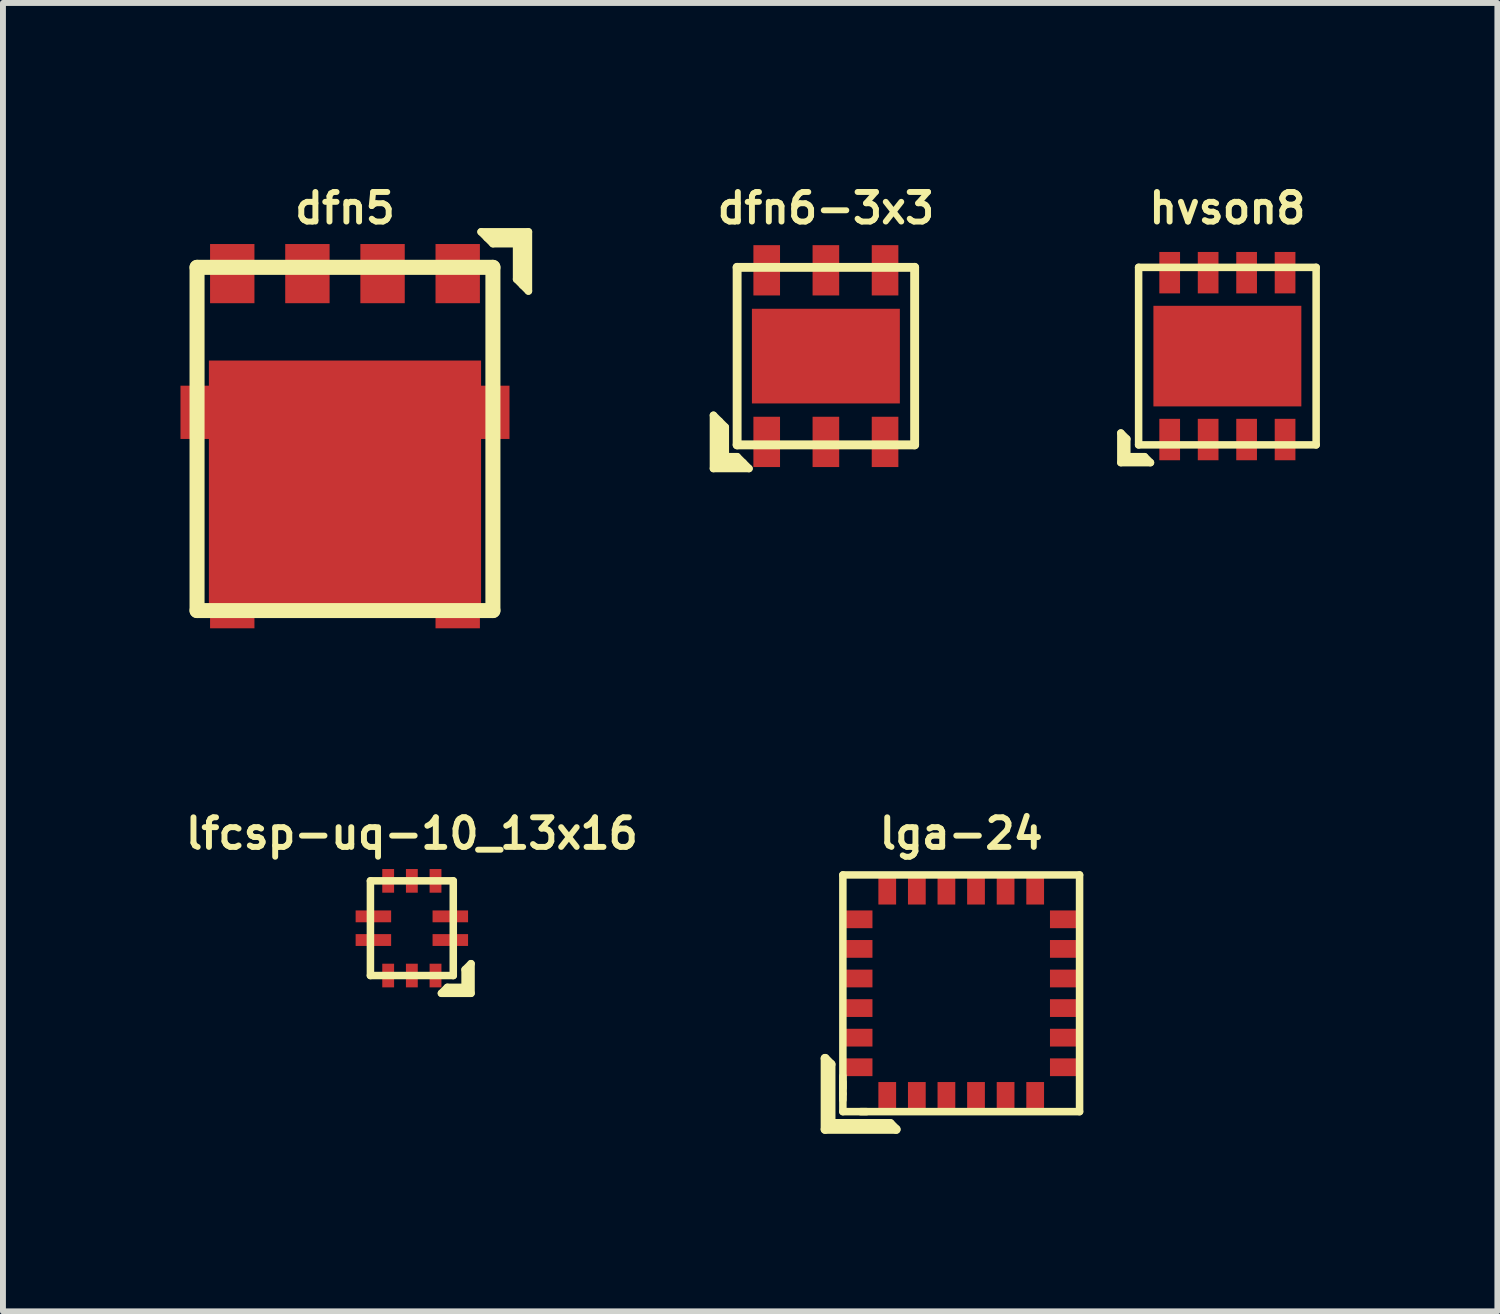
<source format=kicad_pcb>
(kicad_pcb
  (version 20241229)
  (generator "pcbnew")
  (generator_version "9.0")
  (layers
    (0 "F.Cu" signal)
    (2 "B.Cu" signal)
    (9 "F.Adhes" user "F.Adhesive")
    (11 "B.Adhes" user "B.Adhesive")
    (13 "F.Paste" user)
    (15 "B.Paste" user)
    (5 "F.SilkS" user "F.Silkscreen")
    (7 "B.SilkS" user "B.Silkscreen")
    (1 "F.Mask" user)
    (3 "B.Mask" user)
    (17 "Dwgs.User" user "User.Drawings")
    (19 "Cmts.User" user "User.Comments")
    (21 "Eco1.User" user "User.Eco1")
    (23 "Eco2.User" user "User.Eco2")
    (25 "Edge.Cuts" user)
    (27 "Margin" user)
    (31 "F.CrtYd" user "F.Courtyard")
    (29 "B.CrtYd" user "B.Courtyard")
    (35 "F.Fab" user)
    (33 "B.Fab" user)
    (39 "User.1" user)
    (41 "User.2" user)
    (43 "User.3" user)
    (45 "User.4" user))
  (footprint "dfn6-3x3"
    (layer "F.Cu")
    (at 10.907 2.968)
    (property "Reference" "dfn6-3x3" (at 0 -2.5 0) (layer "F.SilkS") (effects (font (size 0.5 0.5) (thickness 0.1))))
    (attr through_hole)
    (fp_line (start -1.9 1) (end -1.9 1.9) (stroke (width 0.127) (type solid)) (layer "F.SilkS"))
    (fp_line (start -1.8 1.8) (end -1.8 1.1) (stroke (width 0.127) (type solid)) (layer "F.SilkS"))
    (fp_line (start -1.7 1.2) (end -1.9 1) (stroke (width 0.127) (type solid)) (layer "F.SilkS"))
    (fp_line (start -1.7 1.7) (end -1.7 1.2) (stroke (width 0.127) (type solid)) (layer "F.SilkS"))
    (fp_line (start -1.7 1.7) (end -1.5 1.7) (stroke (width 0.127) (type solid)) (layer "F.SilkS"))
    (fp_line (start -1.5 -1.5) (end 1.5 -1.5) (stroke (width 0.15) (type solid)) (layer "F.SilkS"))
    (fp_line (start -1.5 1.5) (end -1.5 -1.5) (stroke (width 0.15) (type solid)) (layer "F.SilkS"))
    (fp_line (start -1.5 1.5) (end 1.5 1.5) (stroke (width 0.15) (type solid)) (layer "F.SilkS"))
    (fp_line (start -1.5 1.7) (end -1.3 1.9) (stroke (width 0.127) (type solid)) (layer "F.SilkS"))
    (fp_line (start -1.4 1.8) (end -1.8 1.8) (stroke (width 0.127) (type solid)) (layer "F.SilkS"))
    (fp_line (start -1.3 1.9) (end -1.9 1.9) (stroke (width 0.127) (type solid)) (layer "F.SilkS"))
    (fp_line (start 1.5 -1.5) (end 1.5 1.5) (stroke (width 0.15) (type solid)) (layer "F.SilkS"))
    (pad "1" smd rect (at -1 1.45) (size 0.45 0.85) (layers "F.Cu" "F.Mask" "F.Paste"))
    (pad "2" smd rect (at 0 1.45) (size 0.45 0.85) (layers "F.Cu" "F.Mask" "F.Paste"))
    (pad "3" smd rect (at 1 1.45) (size 0.45 0.85) (layers "F.Cu" "F.Mask" "F.Paste"))
    (pad "4" smd rect (at 1 -1.45) (size 0.45 0.85) (layers "F.Cu" "F.Mask" "F.Paste"))
    (pad "5" smd rect (at 0 -1.45) (size 0.45 0.85) (layers "F.Cu" "F.Mask" "F.Paste"))
    (pad "6" smd rect (at -1 -1.45) (size 0.45 0.85) (layers "F.Cu" "F.Mask" "F.Paste"))
    (pad "7" smd rect (at 0 0) (size 2.5 1.6) (layers "F.Cu" "F.Mask" "F.Paste")))
  (footprint "lfcsp-uq-10_13x16"
    (layer "F.Cu")
    (at 3.91 12.636)
    (property "Reference" "lfcsp-uq-10_13x16" (at 0 -1.6 0) (layer "F.SilkS") (effects (font (size 0.5 0.5) (thickness 0.1))))
    (attr through_hole)
    (fp_line (start -0.7 -0.8) (end -0.7 0.8) (stroke (width 0.127) (type solid)) (layer "F.SilkS"))
    (fp_line (start -0.7 0.8) (end 0.7 0.8) (stroke (width 0.127) (type solid)) (layer "F.SilkS"))
    (fp_line (start 0.5 1.1) (end 1 1.1) (stroke (width 0.127) (type solid)) (layer "F.SilkS"))
    (fp_line (start 0.6 1) (end 0.5 1.1) (stroke (width 0.127) (type solid)) (layer "F.SilkS"))
    (fp_line (start 0.6 1) (end 0.9 1) (stroke (width 0.127) (type solid)) (layer "F.SilkS"))
    (fp_line (start 0.7 -0.8) (end -0.7 -0.8) (stroke (width 0.127) (type solid)) (layer "F.SilkS"))
    (fp_line (start 0.7 0.8) (end 0.7 -0.8) (stroke (width 0.127) (type solid)) (layer "F.SilkS"))
    (fp_line (start 0.9 1) (end 0.9 0.7) (stroke (width 0.127) (type solid)) (layer "F.SilkS"))
    (fp_line (start 1 0.6) (end 0.9 0.7) (stroke (width 0.127) (type solid)) (layer "F.SilkS"))
    (fp_line (start 1 1.1) (end 1 0.6) (stroke (width 0.127) (type solid)) (layer "F.SilkS"))
    (pad "1" smd rect (at 0.4 0.8) (size 0.2 0.4) (layers "F.Cu" "F.Mask" "F.Paste"))
    (pad "2" smd rect (at 0.65 0.2) (size 0.6 0.2) (layers "F.Cu" "F.Mask" "F.Paste"))
    (pad "3" smd rect (at 0.65 -0.2) (size 0.6 0.2) (layers "F.Cu" "F.Mask" "F.Paste"))
    (pad "4" smd rect (at 0.4 -0.8) (size 0.2 0.4) (layers "F.Cu" "F.Mask" "F.Paste"))
    (pad "5" smd rect (at 0 -0.8) (size 0.2 0.4) (layers "F.Cu" "F.Mask" "F.Paste"))
    (pad "6" smd rect (at -0.4 -0.8) (size 0.2 0.4) (layers "F.Cu" "F.Mask" "F.Paste"))
    (pad "7" smd rect (at -0.65 -0.2) (size 0.6 0.2) (layers "F.Cu" "F.Mask" "F.Paste"))
    (pad "8" smd rect (at -0.65 0.2) (size 0.6 0.2) (layers "F.Cu" "F.Mask" "F.Paste"))
    (pad "9" smd rect (at -0.4 0.8) (size 0.2 0.4) (layers "F.Cu" "F.Mask" "F.Paste"))
    (pad "10" smd rect (at 0 0.8) (size 0.2 0.4) (layers "F.Cu" "F.Mask" "F.Paste")))
  (footprint "dfn5"
    (layer "F.Cu")
    (at 2.78 4.368)
    (property "Reference" "dfn5" (at 0 -3.9 0) (layer "F.SilkS") (effects (font (size 0.5 0.5) (thickness 0.1))))
    (attr through_hole)
    (fp_line (start -2.5 -2.9) (end 2.5 -2.9) (stroke (width 0.254) (type solid)) (layer "F.SilkS"))
    (fp_line (start -2.5 2.9) (end -2.5 -2.9) (stroke (width 0.254) (type solid)) (layer "F.SilkS"))
    (fp_line (start 2.3 -3.5) (end 3.1 -3.5) (stroke (width 0.127) (type solid)) (layer "F.SilkS"))
    (fp_line (start 2.5 -3.3) (end 2.3 -3.5) (stroke (width 0.127) (type solid)) (layer "F.SilkS"))
    (fp_line (start 2.5 -2.9) (end 2.5 2.9) (stroke (width 0.254) (type solid)) (layer "F.SilkS"))
    (fp_line (start 2.5 2.9) (end -2.5 2.9) (stroke (width 0.254) (type solid)) (layer "F.SilkS"))
    (fp_line (start 2.9 -3.3) (end 2.5 -3.3) (stroke (width 0.127) (type solid)) (layer "F.SilkS"))
    (fp_line (start 2.9 -3.3) (end 2.9 -2.7) (stroke (width 0.127) (type solid)) (layer "F.SilkS"))
    (fp_line (start 2.9 -2.7) (end 3.1 -2.5) (stroke (width 0.127) (type solid)) (layer "F.SilkS"))
    (fp_line (start 3 -3.4) (end 2.4 -3.4) (stroke (width 0.127) (type solid)) (layer "F.SilkS"))
    (fp_line (start 3 -2.6) (end 3 -3.4) (stroke (width 0.127) (type solid)) (layer "F.SilkS"))
    (fp_line (start 3.1 -3.5) (end 3.1 -2.5) (stroke (width 0.127) (type solid)) (layer "F.SilkS"))
    (pad "" smd rect (at -1.5 2.4) (size 0.6 0.9) (layers "F.Paste"))
    (pad "" smd rect (at -1.125 -0.95) (size 0.9 0.6) (layers "F.Paste"))
    (pad "" smd rect (at -1.125 -0.15) (size 0.9 0.6) (layers "F.Paste"))
    (pad "" smd rect (at -1.125 0.65) (size 0.9 0.6) (layers "F.Paste"))
    (pad "" smd rect (at -1.125 1.45) (size 0.9 0.6) (layers "F.Paste"))
    (pad "" smd rect (at -0.5 2.4) (size 0.6 0.9) (layers "F.Paste"))
    (pad "" smd rect (at 0 -0.95) (size 0.9 0.6) (layers "F.Paste"))
    (pad "" smd rect (at 0 -0.15) (size 0.9 0.6) (layers "F.Paste"))
    (pad "" smd rect (at 0 0.65) (size 0.9 0.6) (layers "F.Paste"))
    (pad "" smd rect (at 0 1.45) (size 0.9 0.6) (layers "F.Paste"))
    (pad "" smd rect (at 0.5 2.4) (size 0.6 0.9) (layers "F.Paste"))
    (pad "" smd rect (at 1.125 -0.95) (size 0.9 0.6) (layers "F.Paste"))
    (pad "" smd rect (at 1.125 -0.15) (size 0.9 0.6) (layers "F.Paste"))
    (pad "" smd rect (at 1.125 0.65) (size 0.9 0.6) (layers "F.Paste"))
    (pad "" smd rect (at 1.125 1.45) (size 0.9 0.6) (layers "F.Paste"))
    (pad "" smd rect (at 1.5 2.4) (size 0.6 0.9) (layers "F.Paste"))
    (pad "1" smd rect (at 1.905 -2.794) (size 0.75 1) (layers "F.Cu" "F.Mask" "F.Paste"))
    (pad "2" smd rect (at 0.635 -2.794) (size 0.75 1) (layers "F.Cu" "F.Mask" "F.Paste"))
    (pad "3" smd rect (at -0.635 -2.794) (size 0.75 1) (layers "F.Cu" "F.Mask" "F.Paste"))
    (pad "4" smd rect (at -1.905 -2.794) (size 0.75 1) (layers "F.Cu" "F.Mask" "F.Paste"))
    (pad "5" smd rect (at -2.53 -0.45) (size 0.5 0.9) (layers "F.Cu" "F.Mask"))
    (pad "5" smd rect (at -1.905 2.96) (size 0.75 0.48) (layers "F.Cu" "F.Mask"))
    (pad "5" smd rect (at 0 0.805) (size 4.6 4.26) (layers "F.Cu" "F.Mask"))
    (pad "5" smd rect (at 1.905 2.96) (size 0.75 0.48) (layers "F.Cu" "F.Mask"))
    (pad "5" smd rect (at 2.53 -0.45) (size 0.5 0.9) (layers "F.Cu" "F.Mask")))
  (footprint "hvson8"
    (layer "F.Cu")
    (at 17.692 2.968)
    (property "Reference" "hvson8" (at 0 -2.5 0) (layer "F.SilkS") (effects (font (size 0.5 0.5) (thickness 0.1))))
    (attr through_hole)
    (fp_line (start -1.8 1.3) (end -1.7 1.4) (stroke (width 0.127) (type solid)) (layer "F.SilkS"))
    (fp_line (start -1.8 1.8) (end -1.8 1.3) (stroke (width 0.127) (type solid)) (layer "F.SilkS"))
    (fp_line (start -1.7 1.4) (end -1.7 1.7) (stroke (width 0.127) (type solid)) (layer "F.SilkS"))
    (fp_line (start -1.7 1.7) (end -1.4 1.7) (stroke (width 0.127) (type solid)) (layer "F.SilkS"))
    (fp_line (start -1.5 -1.5) (end 1.5 -1.5) (stroke (width 0.127) (type solid)) (layer "F.SilkS"))
    (fp_line (start -1.5 1.5) (end -1.5 -1.5) (stroke (width 0.127) (type solid)) (layer "F.SilkS"))
    (fp_line (start -1.4 1.7) (end -1.3 1.8) (stroke (width 0.127) (type solid)) (layer "F.SilkS"))
    (fp_line (start -1.3 1.8) (end -1.8 1.8) (stroke (width 0.127) (type solid)) (layer "F.SilkS"))
    (fp_line (start 1.5 -1.5) (end 1.5 1.5) (stroke (width 0.127) (type solid)) (layer "F.SilkS"))
    (fp_line (start 1.5 1.5) (end -1.5 1.5) (stroke (width 0.127) (type solid)) (layer "F.SilkS"))
    (pad "1" smd rect (at -0.975 1.41) (size 0.35 0.7) (layers "F.Cu" "F.Mask" "F.Paste"))
    (pad "2" smd rect (at -0.325 1.41) (size 0.35 0.7) (layers "F.Cu" "F.Mask" "F.Paste"))
    (pad "3" smd rect (at 0.325 1.41) (size 0.35 0.7) (layers "F.Cu" "F.Mask" "F.Paste"))
    (pad "4" smd rect (at 0.975 1.41) (size 0.35 0.7) (layers "F.Cu" "F.Mask" "F.Paste"))
    (pad "5" smd rect (at 0.975 -1.41) (size 0.35 0.7) (layers "F.Cu" "F.Mask" "F.Paste"))
    (pad "6" smd rect (at 0.325 -1.41) (size 0.35 0.7) (layers "F.Cu" "F.Mask" "F.Paste"))
    (pad "7" smd rect (at -0.325 -1.41) (size 0.35 0.7) (layers "F.Cu" "F.Mask" "F.Paste"))
    (pad "8" smd rect (at -0.975 -1.41) (size 0.35 0.7) (layers "F.Cu" "F.Mask" "F.Paste"))
    (pad "9" smd rect (at 0 0) (size 2.5 1.7) (layers "F.Cu" "F.Mask" "F.Paste")))
  (footprint "lga-24"
    (layer "F.Cu")
    (at 13.194 13.736)
    (property "Reference" "lga-24" (at 0 -2.7 0) (layer "F.SilkS") (effects (font (size 0.5 0.5) (thickness 0.1))))
    (attr through_hole)
    (fp_line (start -2.3 2.3) (end -2.3 1.1) (stroke (width 0.15) (type solid)) (layer "F.SilkS"))
    (fp_line (start -2.2 1.2) (end -2.3 1.1) (stroke (width 0.15) (type solid)) (layer "F.SilkS"))
    (fp_line (start -2.2 1.2) (end -2.2 2.2) (stroke (width 0.15) (type solid)) (layer "F.SilkS"))
    (fp_line (start -2.2 2.2) (end -1.2 2.2) (stroke (width 0.15) (type solid)) (layer "F.SilkS"))
    (fp_line (start -2 -2) (end 2 -2) (stroke (width 0.127) (type solid)) (layer "F.SilkS"))
    (fp_line (start -2 1.4) (end -2 1.6) (stroke (width 0.127) (type solid)) (layer "F.SilkS"))
    (fp_line (start -2 1.5) (end -2 1.7) (stroke (width 0.127) (type solid)) (layer "F.SilkS"))
    (fp_line (start -2 1.7) (end -2 1.8) (stroke (width 0.127) (type solid)) (layer "F.SilkS"))
    (fp_line (start -2 2) (end -2 -2) (stroke (width 0.127) (type solid)) (layer "F.SilkS"))
    (fp_line (start -1.6 2) (end -1.7 2) (stroke (width 0.127) (type solid)) (layer "F.SilkS"))
    (fp_line (start -1.2 2.2) (end -1.1 2.3) (stroke (width 0.15) (type solid)) (layer "F.SilkS"))
    (fp_line (start -1.1 2.3) (end -2.3 2.3) (stroke (width 0.15) (type solid)) (layer "F.SilkS"))
    (fp_line (start 2 -2) (end 2 2) (stroke (width 0.127) (type solid)) (layer "F.SilkS"))
    (fp_line (start 2 2) (end -2 2) (stroke (width 0.127) (type solid)) (layer "F.SilkS"))
    (pad "1" smd rect (at -1.25 1.725) (size 0.3 0.45) (layers "F.Cu" "F.Mask" "F.Paste"))
    (pad "2" smd rect (at -0.75 1.725) (size 0.3 0.45) (layers "F.Cu" "F.Mask" "F.Paste"))
    (pad "3" smd rect (at -0.25 1.725) (size 0.3 0.45) (layers "F.Cu" "F.Mask" "F.Paste"))
    (pad "4" smd rect (at 0.25 1.725) (size 0.3 0.45) (layers "F.Cu" "F.Mask" "F.Paste"))
    (pad "5" smd rect (at 0.75 1.725) (size 0.3 0.45) (layers "F.Cu" "F.Mask" "F.Paste"))
    (pad "6" smd rect (at 1.25 1.725) (size 0.3 0.45) (layers "F.Cu" "F.Mask" "F.Paste"))
    (pad "7" smd rect (at 1.725 1.25) (size 0.45 0.3) (layers "F.Cu" "F.Mask" "F.Paste"))
    (pad "8" smd rect (at 1.725 0.75) (size 0.45 0.3) (layers "F.Cu" "F.Mask" "F.Paste"))
    (pad "9" smd rect (at 1.725 0.25) (size 0.45 0.3) (layers "F.Cu" "F.Mask" "F.Paste"))
    (pad "10" smd rect (at 1.725 -0.25) (size 0.45 0.3) (layers "F.Cu" "F.Mask" "F.Paste"))
    (pad "11" smd rect (at 1.725 -0.75) (size 0.45 0.3) (layers "F.Cu" "F.Mask" "F.Paste"))
    (pad "12" smd rect (at 1.725 -1.25) (size 0.45 0.3) (layers "F.Cu" "F.Mask" "F.Paste"))
    (pad "13" smd rect (at 1.25 -1.725) (size 0.3 0.45) (layers "F.Cu" "F.Mask" "F.Paste"))
    (pad "14" smd rect (at 0.75 -1.725) (size 0.3 0.45) (layers "F.Cu" "F.Mask" "F.Paste"))
    (pad "15" smd rect (at 0.25 -1.725) (size 0.3 0.45) (layers "F.Cu" "F.Mask" "F.Paste"))
    (pad "16" smd rect (at -0.25 -1.725) (size 0.3 0.45) (layers "F.Cu" "F.Mask" "F.Paste"))
    (pad "17" smd rect (at -0.75 -1.725) (size 0.3 0.45) (layers "F.Cu" "F.Mask" "F.Paste"))
    (pad "18" smd rect (at -1.25 -1.725) (size 0.3 0.45) (layers "F.Cu" "F.Mask" "F.Paste"))
    (pad "19" smd rect (at -1.725 -1.25) (size 0.45 0.3) (layers "F.Cu" "F.Mask" "F.Paste"))
    (pad "20" smd rect (at -1.725 -0.75) (size 0.45 0.3) (layers "F.Cu" "F.Mask" "F.Paste"))
    (pad "21" smd rect (at -1.725 -0.25) (size 0.45 0.3) (layers "F.Cu" "F.Mask" "F.Paste"))
    (pad "22" smd rect (at -1.725 0.25) (size 0.45 0.3) (layers "F.Cu" "F.Mask" "F.Paste"))
    (pad "23" smd rect (at -1.725 0.75) (size 0.45 0.3) (layers "F.Cu" "F.Mask" "F.Paste"))
    (pad "24" smd rect (at -1.725 1.25) (size 0.45 0.3) (layers "F.Cu" "F.Mask" "F.Paste")))
  (gr_rect
    (start -3 -3)
    (end 22.255 19.111)
    (stroke (width 0.1) (type default))
    (fill no)
    (layer "Edge.Cuts")))
</source>
